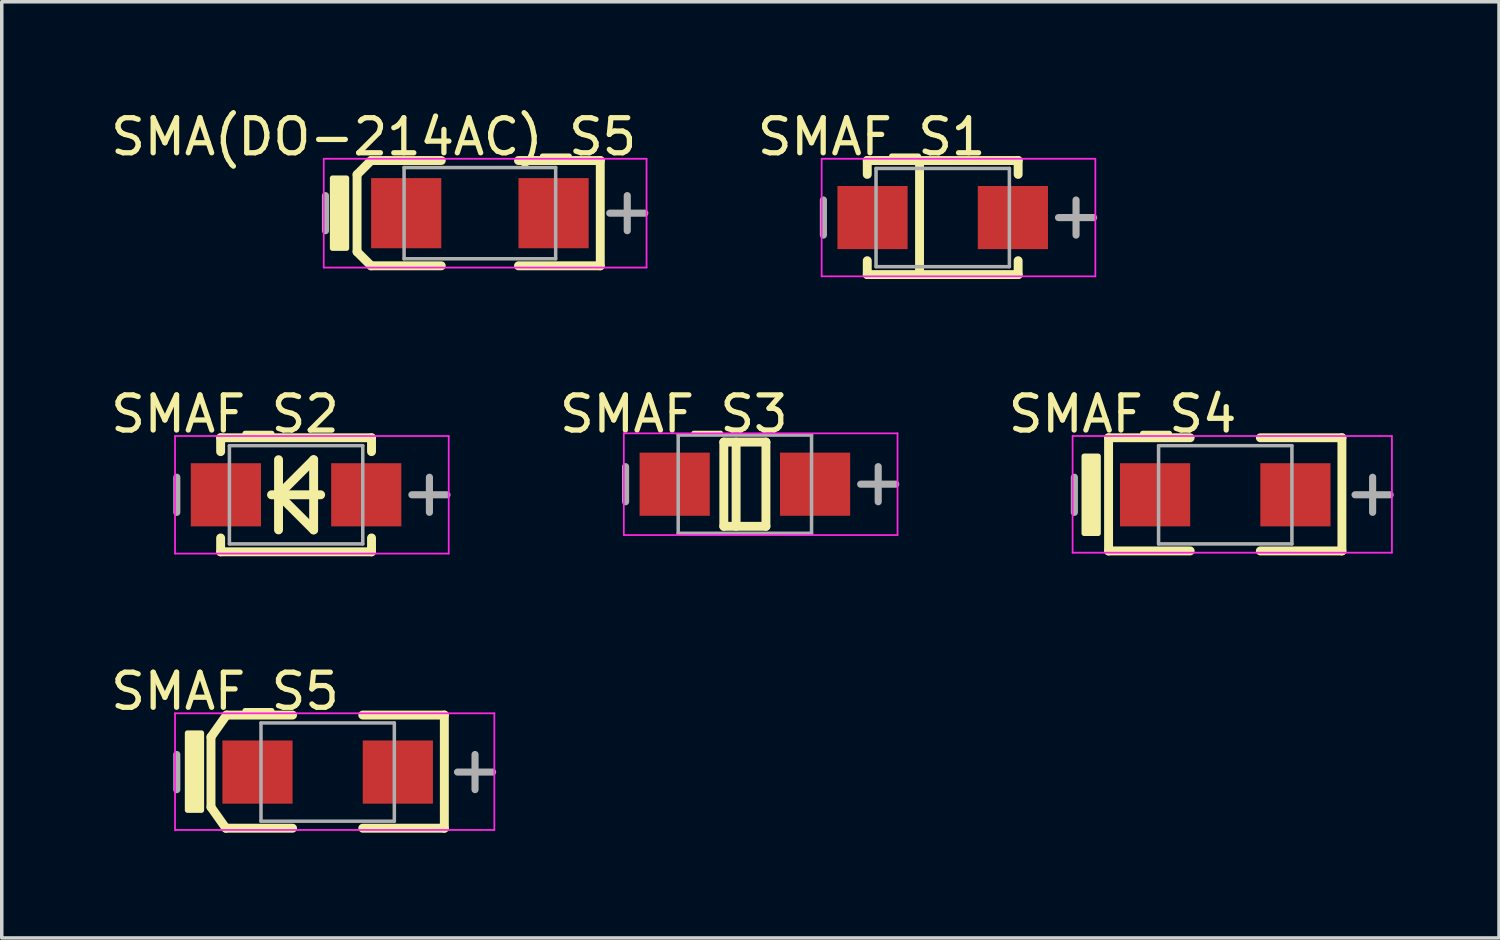
<source format=kicad_pcb>
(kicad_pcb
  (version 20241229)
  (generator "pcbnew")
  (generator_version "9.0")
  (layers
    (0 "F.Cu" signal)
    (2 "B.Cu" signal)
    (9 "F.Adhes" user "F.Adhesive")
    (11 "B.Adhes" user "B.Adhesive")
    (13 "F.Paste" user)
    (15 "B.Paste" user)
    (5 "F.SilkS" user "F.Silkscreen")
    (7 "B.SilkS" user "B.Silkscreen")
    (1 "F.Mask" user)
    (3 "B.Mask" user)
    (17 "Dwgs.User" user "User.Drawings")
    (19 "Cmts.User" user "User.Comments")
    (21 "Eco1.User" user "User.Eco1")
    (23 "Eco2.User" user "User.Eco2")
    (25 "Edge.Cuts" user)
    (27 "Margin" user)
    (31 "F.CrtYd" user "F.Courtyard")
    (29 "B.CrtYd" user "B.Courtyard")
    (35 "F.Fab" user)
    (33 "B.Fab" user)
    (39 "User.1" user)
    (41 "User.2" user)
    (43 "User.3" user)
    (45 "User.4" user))
  (footprint "SMAF_S1"
    (layer "F.Cu")
    (at 23.816 3.15)
    (property "Reference" "SMAF_S1" (at -2.025 -2.301 0) (layer "F.SilkS") (effects (font (size 1 1) (thickness 0.15))))
    (attr through_hole)
    (fp_line (start -2.15 -1.625) (end 2.15 -1.625) (stroke (width 0.254) (type solid)) (layer "F.SilkS"))
    (fp_line (start -2.15 -1.23) (end -2.15 -1.625) (stroke (width 0.254) (type solid)) (layer "F.SilkS"))
    (fp_line (start -2.15 1.625) (end -2.15 1.23) (stroke (width 0.254) (type solid)) (layer "F.SilkS"))
    (fp_line (start -2.15 1.625) (end 2.15 1.625) (stroke (width 0.254) (type solid)) (layer "F.SilkS"))
    (fp_line (start -0.66 1.625) (end -0.66 -1.625) (stroke (width 0.254) (type solid)) (layer "F.SilkS"))
    (fp_line (start 2.15 -1.23) (end 2.15 -1.625) (stroke (width 0.254) (type solid)) (layer "F.SilkS"))
    (fp_line (start 2.15 1.625) (end 2.15 1.23) (stroke (width 0.254) (type solid)) (layer "F.SilkS"))
    (fp_line (start -3.45 -1.675) (end 4.35 -1.675) (stroke (width 0.05) (type solid)) (layer "F.CrtYd"))
    (fp_line (start -3.45 1.675) (end -3.45 -1.675) (stroke (width 0.05) (type solid)) (layer "F.CrtYd"))
    (fp_line (start 4.35 -1.675) (end 4.35 1.675) (stroke (width 0.05) (type solid)) (layer "F.CrtYd"))
    (fp_line (start 4.35 1.675) (end -3.45 1.675) (stroke (width 0.05) (type solid)) (layer "F.CrtYd"))
    (fp_line (start -3.4 0.5) (end -3.4 -0.5) (stroke (width 0.203) (type solid)) (layer "F.Fab"))
    (fp_line (start -1.9 -1.4) (end 1.9 -1.4) (stroke (width 0.1) (type solid)) (layer "F.Fab"))
    (fp_line (start -1.9 1.4) (end -1.9 -1.4) (stroke (width 0.1) (type solid)) (layer "F.Fab"))
    (fp_line (start -1.9 1.4) (end 1.9 1.4) (stroke (width 0.1) (type solid)) (layer "F.Fab"))
    (fp_line (start 1.9 1.4) (end 1.9 -1.4) (stroke (width 0.1) (type solid)) (layer "F.Fab"))
    (fp_line (start 3.3 0) (end 4.3 0) (stroke (width 0.203) (type solid)) (layer "F.Fab"))
    (fp_line (start 3.8 0.5) (end 3.8 -0.5) (stroke (width 0.203) (type solid)) (layer "F.Fab"))
    (pad "1" smd rect (at 2 0 270) (size 1.8 2) (layers "F.Cu" "F.Mask" "F.Paste"))
    (pad "2" smd rect (at -2 0 270) (size 1.8 2) (layers "F.Cu" "F.Mask" "F.Paste")))
  (footprint "SMAF_S3"
    (layer "F.Cu")
    (at 18.178 10.749)
    (property "Reference" "SMAF_S3" (at -2.025 -1.999 0) (layer "F.SilkS") (effects (font (size 1 1) (thickness 0.15))))
    (attr through_hole)
    (fp_line (start -0.6 -1.2) (end 0.6 -1.2) (stroke (width 0.254) (type solid)) (layer "F.SilkS"))
    (fp_line (start -0.6 1.2) (end -0.6 -1.2) (stroke (width 0.254) (type solid)) (layer "F.SilkS"))
    (fp_line (start -0.6 1.2) (end 0.6 1.2) (stroke (width 0.254) (type solid)) (layer "F.SilkS"))
    (fp_line (start -0.25 1.2) (end -0.25 -1.2) (stroke (width 0.254) (type solid)) (layer "F.SilkS"))
    (fp_line (start 0.6 1.2) (end 0.6 -1.2) (stroke (width 0.254) (type solid)) (layer "F.SilkS"))
    (fp_line (start -3.45 -1.45) (end 4.35 -1.45) (stroke (width 0.05) (type solid)) (layer "F.CrtYd"))
    (fp_line (start -3.45 1.45) (end -3.45 -1.45) (stroke (width 0.05) (type solid)) (layer "F.CrtYd"))
    (fp_line (start 4.35 -1.45) (end 4.35 1.45) (stroke (width 0.05) (type solid)) (layer "F.CrtYd"))
    (fp_line (start 4.35 1.45) (end -3.45 1.45) (stroke (width 0.05) (type solid)) (layer "F.CrtYd"))
    (fp_line (start -3.4 0.5) (end -3.4 -0.5) (stroke (width 0.203) (type solid)) (layer "F.Fab"))
    (fp_line (start -1.9 -1.4) (end 1.9 -1.4) (stroke (width 0.1) (type solid)) (layer "F.Fab"))
    (fp_line (start -1.9 1.4) (end -1.9 -1.4) (stroke (width 0.1) (type solid)) (layer "F.Fab"))
    (fp_line (start -1.9 1.4) (end 1.9 1.4) (stroke (width 0.1) (type solid)) (layer "F.Fab"))
    (fp_line (start 1.9 1.4) (end 1.9 -1.4) (stroke (width 0.1) (type solid)) (layer "F.Fab"))
    (fp_line (start 3.3 0) (end 4.3 0) (stroke (width 0.203) (type solid)) (layer "F.Fab"))
    (fp_line (start 3.8 0.5) (end 3.8 -0.5) (stroke (width 0.203) (type solid)) (layer "F.Fab"))
    (pad "1" smd rect (at 2 0 270) (size 1.8 2) (layers "F.Cu" "F.Mask" "F.Paste"))
    (pad "2" smd rect (at -2 0 270) (size 1.8 2) (layers "F.Cu" "F.Mask" "F.Paste")))
  (footprint "SMAF_S4"
    (layer "F.Cu")
    (at 31.868 11.051)
    (property "Reference" "SMAF_S4" (at -2.925 -2.301 0) (layer "F.SilkS") (effects (font (size 1 1) (thickness 0.15))))
    (attr through_hole)
    (fp_line (start -3.325 -1.625) (end -1 -1.625) (stroke (width 0.254) (type solid)) (layer "F.SilkS"))
    (fp_line (start -3.325 1.6) (end -3.325 -1.625) (stroke (width 0.254) (type solid)) (layer "F.SilkS"))
    (fp_line (start -3.325 1.6) (end -1 1.6) (stroke (width 0.254) (type solid)) (layer "F.SilkS"))
    (fp_line (start 1 -1.625) (end 3.325 -1.625) (stroke (width 0.254) (type solid)) (layer "F.SilkS"))
    (fp_line (start 1 1.6) (end 3.325 1.6) (stroke (width 0.254) (type solid)) (layer "F.SilkS"))
    (fp_line (start 3.325 1.6) (end 3.325 -1.625) (stroke (width 0.254) (type solid)) (layer "F.SilkS"))
    (fp_poly (pts (xy -4.021 1.1) (xy -3.621 1.1) (xy -3.621 -1.1) (xy -4.021 -1.1)) (stroke (width 0.15) (type solid)) (fill yes) (layer "F.SilkS"))
    (fp_line (start -4.35 -1.675) (end 4.75 -1.675) (stroke (width 0.05) (type solid)) (layer "F.CrtYd"))
    (fp_line (start -4.35 1.65) (end -4.35 -1.675) (stroke (width 0.05) (type solid)) (layer "F.CrtYd"))
    (fp_line (start 4.75 -1.675) (end 4.75 1.65) (stroke (width 0.05) (type solid)) (layer "F.CrtYd"))
    (fp_line (start 4.75 1.65) (end -4.35 1.65) (stroke (width 0.05) (type solid)) (layer "F.CrtYd"))
    (fp_line (start -4.3 0.5) (end -4.3 -0.5) (stroke (width 0.203) (type solid)) (layer "F.Fab"))
    (fp_line (start -1.9 -1.4) (end 1.9 -1.4) (stroke (width 0.1) (type solid)) (layer "F.Fab"))
    (fp_line (start -1.9 1.4) (end -1.9 -1.4) (stroke (width 0.1) (type solid)) (layer "F.Fab"))
    (fp_line (start -1.9 1.4) (end 1.9 1.4) (stroke (width 0.1) (type solid)) (layer "F.Fab"))
    (fp_line (start 1.9 1.4) (end 1.9 -1.4) (stroke (width 0.1) (type solid)) (layer "F.Fab"))
    (fp_line (start 3.7 0) (end 4.7 0) (stroke (width 0.203) (type solid)) (layer "F.Fab"))
    (fp_line (start 4.2 0.5) (end 4.2 -0.5) (stroke (width 0.203) (type solid)) (layer "F.Fab"))
    (pad "1" smd rect (at 2 0 270) (size 1.8 2) (layers "F.Cu" "F.Mask" "F.Paste"))
    (pad "2" smd rect (at -2 0 270) (size 1.8 2) (layers "F.Cu" "F.Mask" "F.Paste")))
  (footprint "SMAF_S2"
    (layer "F.Cu")
    (at 5.388 11.051)
    (property "Reference" "SMAF_S2" (at -2.025 -2.301 0) (layer "F.SilkS") (effects (font (size 1 1) (thickness 0.15))))
    (attr through_hole)
    (fp_line (start -2.15 -1.625) (end 2.15 -1.625) (stroke (width 0.254) (type solid)) (layer "F.SilkS"))
    (fp_line (start -2.15 -1.23) (end -2.15 -1.625) (stroke (width 0.254) (type solid)) (layer "F.SilkS"))
    (fp_line (start -2.15 1.625) (end -2.15 1.23) (stroke (width 0.254) (type solid)) (layer "F.SilkS"))
    (fp_line (start -2.15 1.625) (end 2.15 1.625) (stroke (width 0.254) (type solid)) (layer "F.SilkS"))
    (fp_line (start -0.7 0) (end 0.7 0) (stroke (width 0.254) (type solid)) (layer "F.SilkS"))
    (fp_line (start -0.5 0) (end 0.5 -1) (stroke (width 0.254) (type solid)) (layer "F.SilkS"))
    (fp_line (start -0.5 0) (end 0.5 1) (stroke (width 0.254) (type solid)) (layer "F.SilkS"))
    (fp_line (start -0.5 1) (end -0.5 -1) (stroke (width 0.254) (type solid)) (layer "F.SilkS"))
    (fp_line (start 0.5 1) (end 0.5 -1) (stroke (width 0.254) (type solid)) (layer "F.SilkS"))
    (fp_line (start 2.15 -1.23) (end 2.15 -1.625) (stroke (width 0.254) (type solid)) (layer "F.SilkS"))
    (fp_line (start 2.15 1.625) (end 2.15 1.23) (stroke (width 0.254) (type solid)) (layer "F.SilkS"))
    (fp_line (start -3.45 -1.675) (end 4.35 -1.675) (stroke (width 0.05) (type solid)) (layer "F.CrtYd"))
    (fp_line (start -3.45 1.675) (end -3.45 -1.675) (stroke (width 0.05) (type solid)) (layer "F.CrtYd"))
    (fp_line (start 4.35 -1.675) (end 4.35 1.675) (stroke (width 0.05) (type solid)) (layer "F.CrtYd"))
    (fp_line (start 4.35 1.675) (end -3.45 1.675) (stroke (width 0.05) (type solid)) (layer "F.CrtYd"))
    (fp_line (start -3.4 0.5) (end -3.4 -0.5) (stroke (width 0.203) (type solid)) (layer "F.Fab"))
    (fp_line (start -1.9 -1.4) (end 1.9 -1.4) (stroke (width 0.1) (type solid)) (layer "F.Fab"))
    (fp_line (start -1.9 1.4) (end -1.9 -1.4) (stroke (width 0.1) (type solid)) (layer "F.Fab"))
    (fp_line (start -1.9 1.4) (end 1.9 1.4) (stroke (width 0.1) (type solid)) (layer "F.Fab"))
    (fp_line (start 1.9 1.4) (end 1.9 -1.4) (stroke (width 0.1) (type solid)) (layer "F.Fab"))
    (fp_line (start 3.3 0) (end 4.3 0) (stroke (width 0.203) (type solid)) (layer "F.Fab"))
    (fp_line (start 3.8 0.5) (end 3.8 -0.5) (stroke (width 0.203) (type solid)) (layer "F.Fab"))
    (pad "1" smd rect (at 2 0 270) (size 1.8 2) (layers "F.Cu" "F.Mask" "F.Paste"))
    (pad "2" smd rect (at -2 0 270) (size 1.8 2) (layers "F.Cu" "F.Mask" "F.Paste")))
  (footprint "SMAF_S5"
    (layer "F.Cu")
    (at 6.288 18.953)
    (property "Reference" "SMAF_S5" (at -2.925 -2.301 0) (layer "F.SilkS") (effects (font (size 1 1) (thickness 0.15))))
    (attr through_hole)
    (fp_line (start -3.325 -1) (end -2.882 -1.625) (stroke (width 0.254) (type solid)) (layer "F.SilkS"))
    (fp_line (start -3.325 1) (end -3.325 -1) (stroke (width 0.254) (type solid)) (layer "F.SilkS"))
    (fp_line (start -3.325 1) (end -2.9 1.6) (stroke (width 0.254) (type solid)) (layer "F.SilkS"))
    (fp_line (start -2.9 1.6) (end -1 1.6) (stroke (width 0.254) (type solid)) (layer "F.SilkS"))
    (fp_line (start -2.882 -1.625) (end -1 -1.625) (stroke (width 0.254) (type solid)) (layer "F.SilkS"))
    (fp_line (start 1 -1.625) (end 3.325 -1.625) (stroke (width 0.254) (type solid)) (layer "F.SilkS"))
    (fp_line (start 1 1.6) (end 3.325 1.6) (stroke (width 0.254) (type solid)) (layer "F.SilkS"))
    (fp_line (start 3.325 1.6) (end 3.325 -1.625) (stroke (width 0.254) (type solid)) (layer "F.SilkS"))
    (fp_poly (pts (xy -3.996 1.087) (xy -3.596 1.087) (xy -3.596 -1.113) (xy -3.996 -1.113)) (stroke (width 0.15) (type solid)) (fill yes) (layer "F.SilkS"))
    (fp_line (start -4.35 -1.675) (end 4.75 -1.675) (stroke (width 0.05) (type solid)) (layer "F.CrtYd"))
    (fp_line (start -4.35 1.65) (end -4.35 -1.675) (stroke (width 0.05) (type solid)) (layer "F.CrtYd"))
    (fp_line (start 4.75 -1.675) (end 4.75 1.65) (stroke (width 0.05) (type solid)) (layer "F.CrtYd"))
    (fp_line (start 4.75 1.65) (end -4.35 1.65) (stroke (width 0.05) (type solid)) (layer "F.CrtYd"))
    (fp_line (start -4.3 0.5) (end -4.3 -0.5) (stroke (width 0.203) (type solid)) (layer "F.Fab"))
    (fp_line (start -1.9 -1.4) (end 1.9 -1.4) (stroke (width 0.1) (type solid)) (layer "F.Fab"))
    (fp_line (start -1.9 1.4) (end -1.9 -1.4) (stroke (width 0.1) (type solid)) (layer "F.Fab"))
    (fp_line (start -1.9 1.4) (end 1.9 1.4) (stroke (width 0.1) (type solid)) (layer "F.Fab"))
    (fp_line (start 1.9 1.4) (end 1.9 -1.4) (stroke (width 0.1) (type solid)) (layer "F.Fab"))
    (fp_line (start 3.7 0) (end 4.7 0) (stroke (width 0.203) (type solid)) (layer "F.Fab"))
    (fp_line (start 4.2 0.5) (end 4.2 -0.5) (stroke (width 0.203) (type solid)) (layer "F.Fab"))
    (pad "1" smd rect (at 2 0 270) (size 1.8 2) (layers "F.Cu" "F.Mask" "F.Paste"))
    (pad "2" smd rect (at -2 0 270) (size 1.8 2) (layers "F.Cu" "F.Mask" "F.Paste")))
  (footprint "SMA(DO-214AC)_S5"
    (layer "F.Cu")
    (at 10.626 3.025)
    (property "Reference" "SMA(DO-214AC)_S5" (at -3.025 -2.176 0) (layer "F.SilkS") (effects (font (size 1 1) (thickness 0.15))))
    (attr through_hole)
    (fp_line (start -3.5 -1.1) (end -3.1 -1.5) (stroke (width 0.254) (type solid)) (layer "F.SilkS"))
    (fp_line (start -3.5 1.1) (end -3.5 -1.1) (stroke (width 0.254) (type solid)) (layer "F.SilkS"))
    (fp_line (start -3.5 1.1) (end -3.1 1.5) (stroke (width 0.254) (type solid)) (layer "F.SilkS"))
    (fp_line (start -3.1 -1.5) (end -1.1 -1.5) (stroke (width 0.254) (type solid)) (layer "F.SilkS"))
    (fp_line (start -3.1 1.5) (end -1.1 1.5) (stroke (width 0.254) (type solid)) (layer "F.SilkS"))
    (fp_line (start 1.1 -1.5) (end 3.431 -1.5) (stroke (width 0.254) (type solid)) (layer "F.SilkS"))
    (fp_line (start 1.1 1.5) (end 3.431 1.5) (stroke (width 0.254) (type solid)) (layer "F.SilkS"))
    (fp_line (start 3.431 1.5) (end 3.431 -1.5) (stroke (width 0.254) (type solid)) (layer "F.SilkS"))
    (fp_poly (pts (xy -4.2 1) (xy -3.8 1) (xy -3.8 -1) (xy -4.2 -1)) (stroke (width 0.15) (type solid)) (fill yes) (layer "F.SilkS"))
    (fp_line (start -4.45 -1.55) (end 4.75 -1.55) (stroke (width 0.05) (type solid)) (layer "F.CrtYd"))
    (fp_line (start -4.45 1.55) (end -4.45 -1.55) (stroke (width 0.05) (type solid)) (layer "F.CrtYd"))
    (fp_line (start 4.75 -1.55) (end 4.75 1.55) (stroke (width 0.05) (type solid)) (layer "F.CrtYd"))
    (fp_line (start 4.75 1.55) (end -4.45 1.55) (stroke (width 0.05) (type solid)) (layer "F.CrtYd"))
    (fp_line (start -4.4 0.5) (end -4.4 -0.5) (stroke (width 0.203) (type solid)) (layer "F.Fab"))
    (fp_line (start -2.16 -1.3) (end 2.16 -1.3) (stroke (width 0.1) (type solid)) (layer "F.Fab"))
    (fp_line (start -2.16 1.3) (end -2.16 -1.3) (stroke (width 0.1) (type solid)) (layer "F.Fab"))
    (fp_line (start -2.16 1.3) (end 2.16 1.3) (stroke (width 0.1) (type solid)) (layer "F.Fab"))
    (fp_line (start 2.16 1.3) (end 2.16 -1.3) (stroke (width 0.1) (type solid)) (layer "F.Fab"))
    (fp_line (start 3.7 0) (end 4.7 0) (stroke (width 0.203) (type solid)) (layer "F.Fab"))
    (fp_line (start 4.2 0.5) (end 4.2 -0.5) (stroke (width 0.203) (type solid)) (layer "F.Fab"))
    (pad "1" smd rect (at 2.1 0 270) (size 2 2) (layers "F.Cu" "F.Mask" "F.Paste"))
    (pad "2" smd rect (at -2.1 0 270) (size 2 2) (layers "F.Cu" "F.Mask" "F.Paste")))
  (gr_rect
    (start -3 -3)
    (end 39.67 23.68)
    (stroke (width 0.1) (type default))
    (fill no)
    (layer "Edge.Cuts")))
</source>
